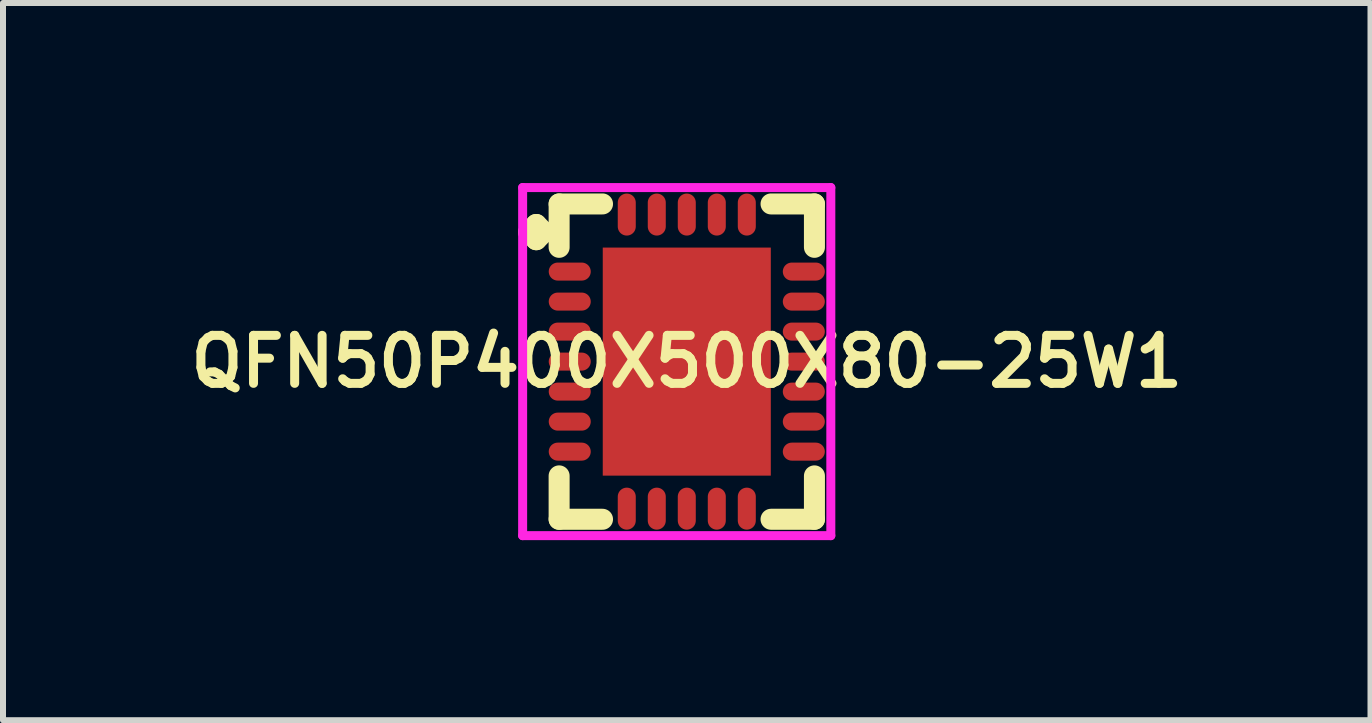
<source format=kicad_pcb>
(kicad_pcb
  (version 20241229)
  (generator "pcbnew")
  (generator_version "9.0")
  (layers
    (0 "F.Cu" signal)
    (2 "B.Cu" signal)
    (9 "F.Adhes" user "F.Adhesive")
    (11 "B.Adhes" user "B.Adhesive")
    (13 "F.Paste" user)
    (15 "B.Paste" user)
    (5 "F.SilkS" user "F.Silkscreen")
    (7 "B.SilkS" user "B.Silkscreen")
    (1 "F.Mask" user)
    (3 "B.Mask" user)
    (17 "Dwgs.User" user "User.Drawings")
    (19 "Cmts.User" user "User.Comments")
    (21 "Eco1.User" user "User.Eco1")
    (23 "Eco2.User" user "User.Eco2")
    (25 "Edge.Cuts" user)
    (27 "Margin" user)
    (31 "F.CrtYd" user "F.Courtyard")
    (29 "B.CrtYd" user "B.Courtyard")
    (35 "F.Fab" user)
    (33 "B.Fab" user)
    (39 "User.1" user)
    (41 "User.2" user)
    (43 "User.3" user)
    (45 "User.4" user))
  (footprint "QFN50P400X500X80-25W1"
    (layer "F.Cu")
    (at 8.393 2.975)
    (property "Reference" "QFN50P400X500X80-25W1" (at 0 0 0) (layer "F.SilkS") (effects (font (size 0.8 0.8) (thickness 0.15))))
    (attr smd)
    (fp_line (start -2.635 -2.158) (end -2.508 -2.285) (stroke (width 0.35) (type solid)) (layer "F.SilkS"))
    (fp_line (start -2.508 -2.285) (end -2.381 -2.158) (stroke (width 0.35) (type solid)) (layer "F.SilkS"))
    (fp_line (start -2.508 -2.031) (end -2.635 -2.158) (stroke (width 0.35) (type solid)) (layer "F.SilkS"))
    (fp_line (start -2.381 -2.158) (end -2.508 -2.031) (stroke (width 0.35) (type solid)) (layer "F.SilkS"))
    (fp_line (start -2.127 -2.627) (end -1.404 -2.627) (stroke (width 0.35) (type solid)) (layer "F.SilkS"))
    (fp_line (start -2.127 -1.904) (end -2.127 -2.627) (stroke (width 0.35) (type solid)) (layer "F.SilkS"))
    (fp_line (start -2.127 1.904) (end -2.127 2.627) (stroke (width 0.35) (type solid)) (layer "F.SilkS"))
    (fp_line (start -2.127 2.627) (end -1.404 2.627) (stroke (width 0.35) (type solid)) (layer "F.SilkS"))
    (fp_line (start 1.404 -2.627) (end 2.127 -2.627) (stroke (width 0.35) (type solid)) (layer "F.SilkS"))
    (fp_line (start 1.404 2.627) (end 2.127 2.627) (stroke (width 0.35) (type solid)) (layer "F.SilkS"))
    (fp_line (start 2.127 -2.627) (end 2.127 -1.904) (stroke (width 0.35) (type solid)) (layer "F.SilkS"))
    (fp_line (start 2.127 2.627) (end 2.127 1.904) (stroke (width 0.35) (type solid)) (layer "F.SilkS"))
    (fp_line (start -2.735 -2.9) (end 2.4 -2.9) (stroke (width 0.15) (type solid)) (layer "F.CrtYd"))
    (fp_line (start -2.735 2.9) (end -2.735 -2.9) (stroke (width 0.15) (type solid)) (layer "F.CrtYd"))
    (fp_line (start 2.4 -2.9) (end 2.4 2.9) (stroke (width 0.15) (type solid)) (layer "F.CrtYd"))
    (fp_line (start 2.4 2.9) (end -2.735 2.9) (stroke (width 0.15) (type solid)) (layer "F.CrtYd"))
    (pad "1" smd oval (at -1.95 -1.5) (size 0.7 0.3) (layers "F.Cu" "F.Mask" "F.Paste"))
    (pad "2" smd oval (at -1.95 -1) (size 0.7 0.3) (layers "F.Cu" "F.Mask" "F.Paste"))
    (pad "3" smd oval (at -1.95 -0.5) (size 0.7 0.3) (layers "F.Cu" "F.Mask" "F.Paste"))
    (pad "4" smd oval (at -1.95 0) (size 0.7 0.3) (layers "F.Cu" "F.Mask" "F.Paste"))
    (pad "5" smd oval (at -1.95 0.5) (size 0.7 0.3) (layers "F.Cu" "F.Mask" "F.Paste"))
    (pad "6" smd oval (at -1.95 1) (size 0.7 0.3) (layers "F.Cu" "F.Mask" "F.Paste"))
    (pad "7" smd oval (at -1.95 1.5) (size 0.7 0.3) (layers "F.Cu" "F.Mask" "F.Paste"))
    (pad "8" smd oval (at -1 2.45) (size 0.3 0.7) (layers "F.Cu" "F.Mask" "F.Paste"))
    (pad "9" smd oval (at -0.5 2.45) (size 0.3 0.7) (layers "F.Cu" "F.Mask" "F.Paste"))
    (pad "10" smd oval (at 0 2.45) (size 0.3 0.7) (layers "F.Cu" "F.Mask" "F.Paste"))
    (pad "11" smd oval (at 0.5 2.45) (size 0.3 0.7) (layers "F.Cu" "F.Mask" "F.Paste"))
    (pad "12" smd oval (at 1 2.45) (size 0.3 0.7) (layers "F.Cu" "F.Mask" "F.Paste"))
    (pad "13" smd oval (at 1.95 1.5) (size 0.7 0.3) (layers "F.Cu" "F.Mask" "F.Paste"))
    (pad "14" smd oval (at 1.95 1) (size 0.7 0.3) (layers "F.Cu" "F.Mask" "F.Paste"))
    (pad "15" smd oval (at 1.95 0.5) (size 0.7 0.3) (layers "F.Cu" "F.Mask" "F.Paste"))
    (pad "16" smd oval (at 1.95 0) (size 0.7 0.3) (layers "F.Cu" "F.Mask" "F.Paste"))
    (pad "17" smd oval (at 1.95 -0.5) (size 0.7 0.3) (layers "F.Cu" "F.Mask" "F.Paste"))
    (pad "18" smd oval (at 1.95 -1) (size 0.7 0.3) (layers "F.Cu" "F.Mask" "F.Paste"))
    (pad "19" smd oval (at 1.95 -1.5) (size 0.7 0.3) (layers "F.Cu" "F.Mask" "F.Paste"))
    (pad "20" smd oval (at 1 -2.45) (size 0.3 0.7) (layers "F.Cu" "F.Mask" "F.Paste"))
    (pad "21" smd oval (at 0.5 -2.45) (size 0.3 0.7) (layers "F.Cu" "F.Mask" "F.Paste"))
    (pad "22" smd oval (at 0 -2.45) (size 0.3 0.7) (layers "F.Cu" "F.Mask" "F.Paste"))
    (pad "23" smd oval (at -0.5 -2.45) (size 0.3 0.7) (layers "F.Cu" "F.Mask" "F.Paste"))
    (pad "24" smd oval (at -1 -2.45) (size 0.3 0.7) (layers "F.Cu" "F.Mask" "F.Paste"))
    (pad "25" smd rect (at 0 0) (size 2.8 3.8) (layers "F.Cu" "F.Mask" "F.Paste")))
  (gr_rect
    (start -3 -3)
    (end 19.785 8.95)
    (stroke (width 0.1) (type default))
    (fill no)
    (layer "Edge.Cuts")))
</source>
